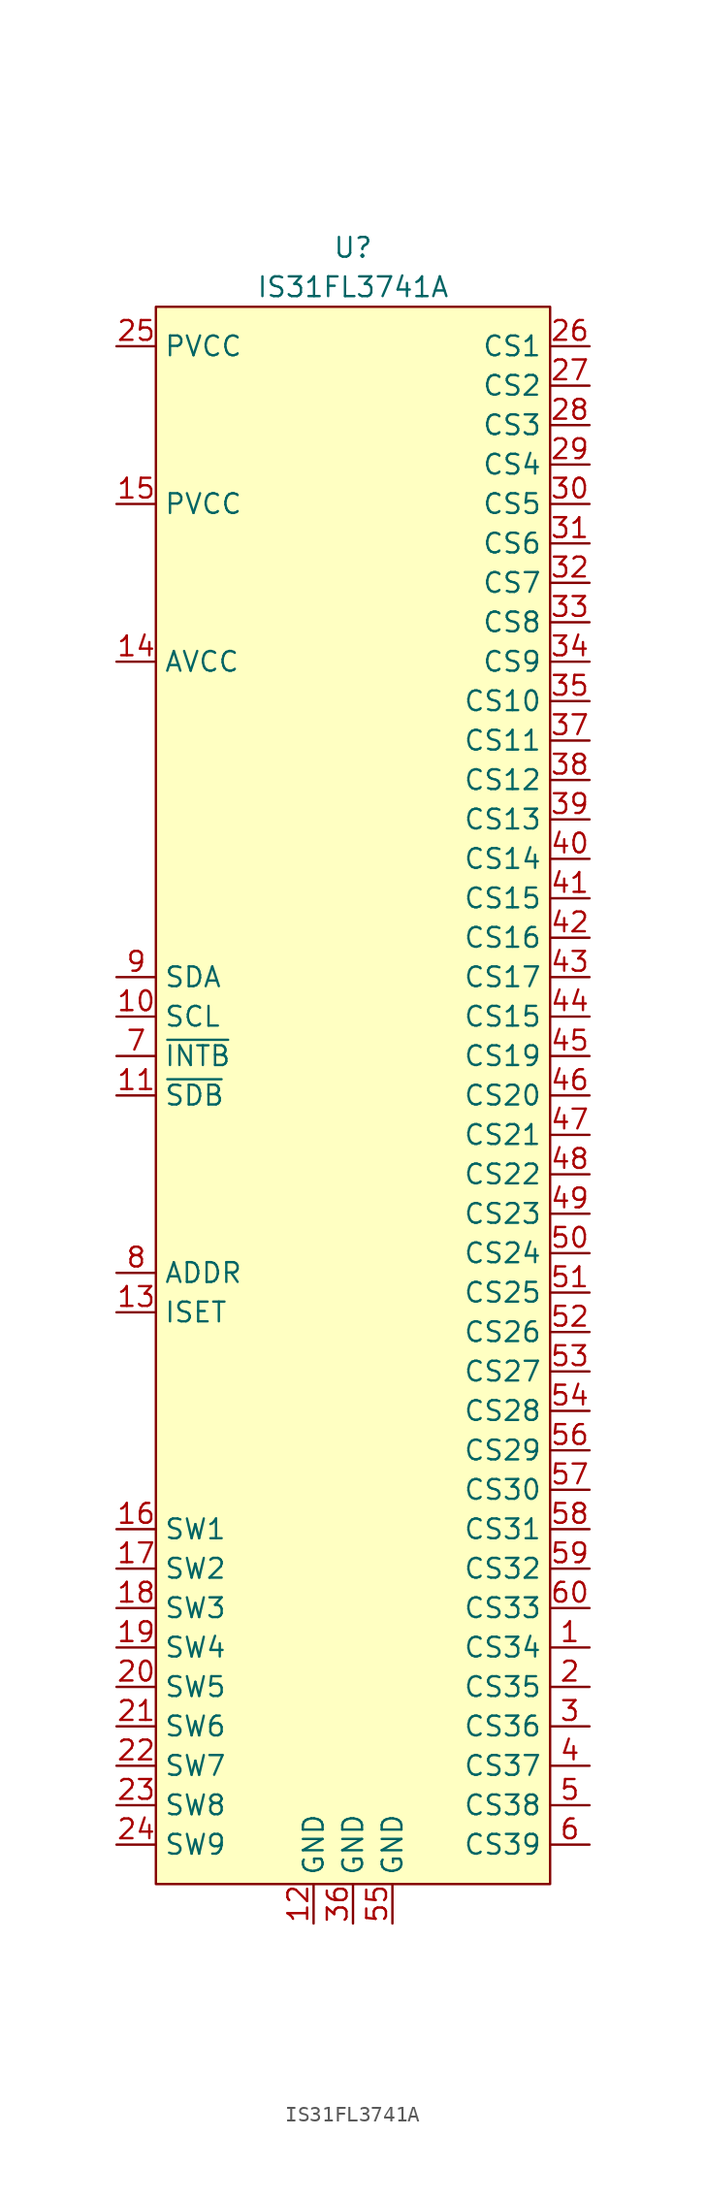
<source format=kicad_sym>
(kicad_symbol_lib
  (version 20231120)
  (generator "kicad_symbol_editor")
  (generator_version "8.0")
  (symbol "IS31FL3741A"
    (property "Reference" "U"
      (at 0 54.61 0)
      (effects (font (size 1.27 1.27))))
    (property "Value" "IS31FL3741A"
      (at 0 52.07 0)
      (effects (font (size 1.27 1.27))))
    (symbol "IS31FL3741A_0_0"
      (pin power_out line (at 15.24 -35.56 180) (length 2.54) (name "CS34" (effects (font (size 1.27 1.27)))) (number "1" (effects (font (size 1.27 1.27)))))
      (pin input line (at -15.24 5.08 0) (length 2.54) (name "SCL" (effects (font (size 1.27 1.27)))) (number "10" (effects (font (size 1.27 1.27)))))
      (pin input line (at -15.24 0 0) (length 2.54) (name "~{SDB}" (effects (font (size 1.27 1.27)))) (number "11" (effects (font (size 1.27 1.27)))))
      (pin power_in line (at -2.54 -53.34 90) (length 2.54) (name "GND" (effects (font (size 1.27 1.27)))) (number "12" (effects (font (size 1.27 1.27)))))
      (pin input line (at -15.24 -13.97 0) (length 2.54) (name "ISET" (effects (font (size 1.27 1.27)))) (number "13" (effects (font (size 1.27 1.27)))))
      (pin power_in line (at -15.24 27.94 0) (length 2.54) (name "AVCC" (effects (font (size 1.27 1.27)))) (number "14" (effects (font (size 1.27 1.27)))))
      (pin power_in line (at -15.24 38.1 0) (length 2.54) (name "PVCC" (effects (font (size 1.27 1.27)))) (number "15" (effects (font (size 1.27 1.27)))))
      (pin power_out line (at -15.24 -27.94 0) (length 2.54) (name "SW1" (effects (font (size 1.27 1.27)))) (number "16" (effects (font (size 1.27 1.27)))))
      (pin power_out line (at -15.24 -30.48 0) (length 2.54) (name "SW2" (effects (font (size 1.27 1.27)))) (number "17" (effects (font (size 1.27 1.27)))))
      (pin power_out line (at -15.24 -33.02 0) (length 2.54) (name "SW3" (effects (font (size 1.27 1.27)))) (number "18" (effects (font (size 1.27 1.27)))))
      (pin power_out line (at -15.24 -35.56 0) (length 2.54) (name "SW4" (effects (font (size 1.27 1.27)))) (number "19" (effects (font (size 1.27 1.27)))))
      (pin power_out line (at 15.24 -38.1 180) (length 2.54) (name "CS35" (effects (font (size 1.27 1.27)))) (number "2" (effects (font (size 1.27 1.27)))))
      (pin power_out line (at -15.24 -38.1 0) (length 2.54) (name "SW5" (effects (font (size 1.27 1.27)))) (number "20" (effects (font (size 1.27 1.27)))))
      (pin power_out line (at -15.24 -40.64 0) (length 2.54) (name "SW6" (effects (font (size 1.27 1.27)))) (number "21" (effects (font (size 1.27 1.27)))))
      (pin power_out line (at -15.24 -43.18 0) (length 2.54) (name "SW7" (effects (font (size 1.27 1.27)))) (number "22" (effects (font (size 1.27 1.27)))))
      (pin power_out line (at -15.24 -45.72 0) (length 2.54) (name "SW8" (effects (font (size 1.27 1.27)))) (number "23" (effects (font (size 1.27 1.27)))))
      (pin power_out line (at -15.24 -48.26 0) (length 2.54) (name "SW9" (effects (font (size 1.27 1.27)))) (number "24" (effects (font (size 1.27 1.27)))))
      (pin power_in line (at -15.24 48.26 0) (length 2.54) (name "PVCC" (effects (font (size 1.27 1.27)))) (number "25" (effects (font (size 1.27 1.27)))))
      (pin power_out line (at 15.24 48.26 180) (length 2.54) (name "CS1" (effects (font (size 1.27 1.27)))) (number "26" (effects (font (size 1.27 1.27)))))
      (pin power_out line (at 15.24 45.72 180) (length 2.54) (name "CS2" (effects (font (size 1.27 1.27)))) (number "27" (effects (font (size 1.27 1.27)))))
      (pin power_out line (at 15.24 43.18 180) (length 2.54) (name "CS3" (effects (font (size 1.27 1.27)))) (number "28" (effects (font (size 1.27 1.27)))))
      (pin power_out line (at 15.24 40.64 180) (length 2.54) (name "CS4" (effects (font (size 1.27 1.27)))) (number "29" (effects (font (size 1.27 1.27)))))
      (pin power_out line (at 15.24 -40.64 180) (length 2.54) (name "CS36" (effects (font (size 1.27 1.27)))) (number "3" (effects (font (size 1.27 1.27)))))
      (pin power_out line (at 15.24 38.1 180) (length 2.54) (name "CS5" (effects (font (size 1.27 1.27)))) (number "30" (effects (font (size 1.27 1.27)))))
      (pin power_out line (at 15.24 35.56 180) (length 2.54) (name "CS6" (effects (font (size 1.27 1.27)))) (number "31" (effects (font (size 1.27 1.27)))))
      (pin power_out line (at 15.24 33.02 180) (length 2.54) (name "CS7" (effects (font (size 1.27 1.27)))) (number "32" (effects (font (size 1.27 1.27)))))
      (pin power_out line (at 15.24 30.48 180) (length 2.54) (name "CS8" (effects (font (size 1.27 1.27)))) (number "33" (effects (font (size 1.27 1.27)))))
      (pin power_out line (at 15.24 27.94 180) (length 2.54) (name "CS9" (effects (font (size 1.27 1.27)))) (number "34" (effects (font (size 1.27 1.27)))))
      (pin power_out line (at 15.24 25.4 180) (length 2.54) (name "CS10" (effects (font (size 1.27 1.27)))) (number "35" (effects (font (size 1.27 1.27)))))
      (pin power_in line (at 0 -53.34 90) (length 2.54) (name "GND" (effects (font (size 1.27 1.27)))) (number "36" (effects (font (size 1.27 1.27)))))
      (pin power_out line (at 15.24 22.86 180) (length 2.54) (name "CS11" (effects (font (size 1.27 1.27)))) (number "37" (effects (font (size 1.27 1.27)))))
      (pin power_out line (at 15.24 20.32 180) (length 2.54) (name "CS12" (effects (font (size 1.27 1.27)))) (number "38" (effects (font (size 1.27 1.27)))))
      (pin power_out line (at 15.24 17.78 180) (length 2.54) (name "CS13" (effects (font (size 1.27 1.27)))) (number "39" (effects (font (size 1.27 1.27)))))
      (pin power_out line (at 15.24 -43.18 180) (length 2.54) (name "CS37" (effects (font (size 1.27 1.27)))) (number "4" (effects (font (size 1.27 1.27)))))
      (pin power_out line (at 15.24 15.24 180) (length 2.54) (name "CS14" (effects (font (size 1.27 1.27)))) (number "40" (effects (font (size 1.27 1.27)))))
      (pin power_out line (at 15.24 12.7 180) (length 2.54) (name "CS15" (effects (font (size 1.27 1.27)))) (number "41" (effects (font (size 1.27 1.27)))))
      (pin power_out line (at 15.24 10.16 180) (length 2.54) (name "CS16" (effects (font (size 1.27 1.27)))) (number "42" (effects (font (size 1.27 1.27)))))
      (pin power_out line (at 15.24 7.62 180) (length 2.54) (name "CS17" (effects (font (size 1.27 1.27)))) (number "43" (effects (font (size 1.27 1.27)))))
      (pin power_out line (at 15.24 5.08 180) (length 2.54) (name "CS15" (effects (font (size 1.27 1.27)))) (number "44" (effects (font (size 1.27 1.27)))))
      (pin power_out line (at 15.24 2.54 180) (length 2.54) (name "CS19" (effects (font (size 1.27 1.27)))) (number "45" (effects (font (size 1.27 1.27)))))
      (pin power_out line (at 15.24 0 180) (length 2.54) (name "CS20" (effects (font (size 1.27 1.27)))) (number "46" (effects (font (size 1.27 1.27)))))
      (pin power_out line (at 15.24 -2.54 180) (length 2.54) (name "CS21" (effects (font (size 1.27 1.27)))) (number "47" (effects (font (size 1.27 1.27)))))
      (pin power_out line (at 15.24 -5.08 180) (length 2.54) (name "CS22" (effects (font (size 1.27 1.27)))) (number "48" (effects (font (size 1.27 1.27)))))
      (pin power_out line (at 15.24 -7.62 180) (length 2.54) (name "CS23" (effects (font (size 1.27 1.27)))) (number "49" (effects (font (size 1.27 1.27)))))
      (pin power_out line (at 15.24 -45.72 180) (length 2.54) (name "CS38" (effects (font (size 1.27 1.27)))) (number "5" (effects (font (size 1.27 1.27)))))
      (pin power_out line (at 15.24 -10.16 180) (length 2.54) (name "CS24" (effects (font (size 1.27 1.27)))) (number "50" (effects (font (size 1.27 1.27)))))
      (pin power_out line (at 15.24 -12.7 180) (length 2.54) (name "CS25" (effects (font (size 1.27 1.27)))) (number "51" (effects (font (size 1.27 1.27)))))
      (pin power_out line (at 15.24 -15.24 180) (length 2.54) (name "CS26" (effects (font (size 1.27 1.27)))) (number "52" (effects (font (size 1.27 1.27)))))
      (pin power_out line (at 15.24 -17.78 180) (length 2.54) (name "CS27" (effects (font (size 1.27 1.27)))) (number "53" (effects (font (size 1.27 1.27)))))
      (pin power_out line (at 15.24 -20.32 180) (length 2.54) (name "CS28" (effects (font (size 1.27 1.27)))) (number "54" (effects (font (size 1.27 1.27)))))
      (pin power_in line (at 2.54 -53.34 90) (length 2.54) (name "GND" (effects (font (size 1.27 1.27)))) (number "55" (effects (font (size 1.27 1.27)))))
      (pin power_out line (at 15.24 -22.86 180) (length 2.54) (name "CS29" (effects (font (size 1.27 1.27)))) (number "56" (effects (font (size 1.27 1.27)))))
      (pin power_out line (at 15.24 -25.4 180) (length 2.54) (name "CS30" (effects (font (size 1.27 1.27)))) (number "57" (effects (font (size 1.27 1.27)))))
      (pin power_out line (at 15.24 -27.94 180) (length 2.54) (name "CS31" (effects (font (size 1.27 1.27)))) (number "58" (effects (font (size 1.27 1.27)))))
      (pin power_out line (at 15.24 -30.48 180) (length 2.54) (name "CS32" (effects (font (size 1.27 1.27)))) (number "59" (effects (font (size 1.27 1.27)))))
      (pin power_out line (at 15.24 -48.26 180) (length 2.54) (name "CS39" (effects (font (size 1.27 1.27)))) (number "6" (effects (font (size 1.27 1.27)))))
      (pin power_out line (at 15.24 -33.02 180) (length 2.54) (name "CS33" (effects (font (size 1.27 1.27)))) (number "60" (effects (font (size 1.27 1.27)))))
      (pin power_in line (at 2.54 -53.34 90) (length 2.54) hide (name "GND" (effects (font (size 1.27 1.27)))) (number "61" (effects (font (size 1.27 1.27)))))
      (pin open_collector line (at -15.24 2.54 0) (length 2.54) (name "~{INTB}" (effects (font (size 1.27 1.27)))) (number "7" (effects (font (size 1.27 1.27)))))
      (pin input line (at -15.24 -11.43 0) (length 2.54) (name "ADDR" (effects (font (size 1.27 1.27)))) (number "8" (effects (font (size 1.27 1.27)))))
      (pin bidirectional line (at -15.24 7.62 0) (length 2.54) (name "SDA" (effects (font (size 1.27 1.27)))) (number "9" (effects (font (size 1.27 1.27))))))
    (symbol "IS31FL3741A_0_1"
      (rectangle (start -12.7 50.8) (end 12.7 -50.8) (stroke (width 0.152) (type default)) (fill (type background))))))
</source>
